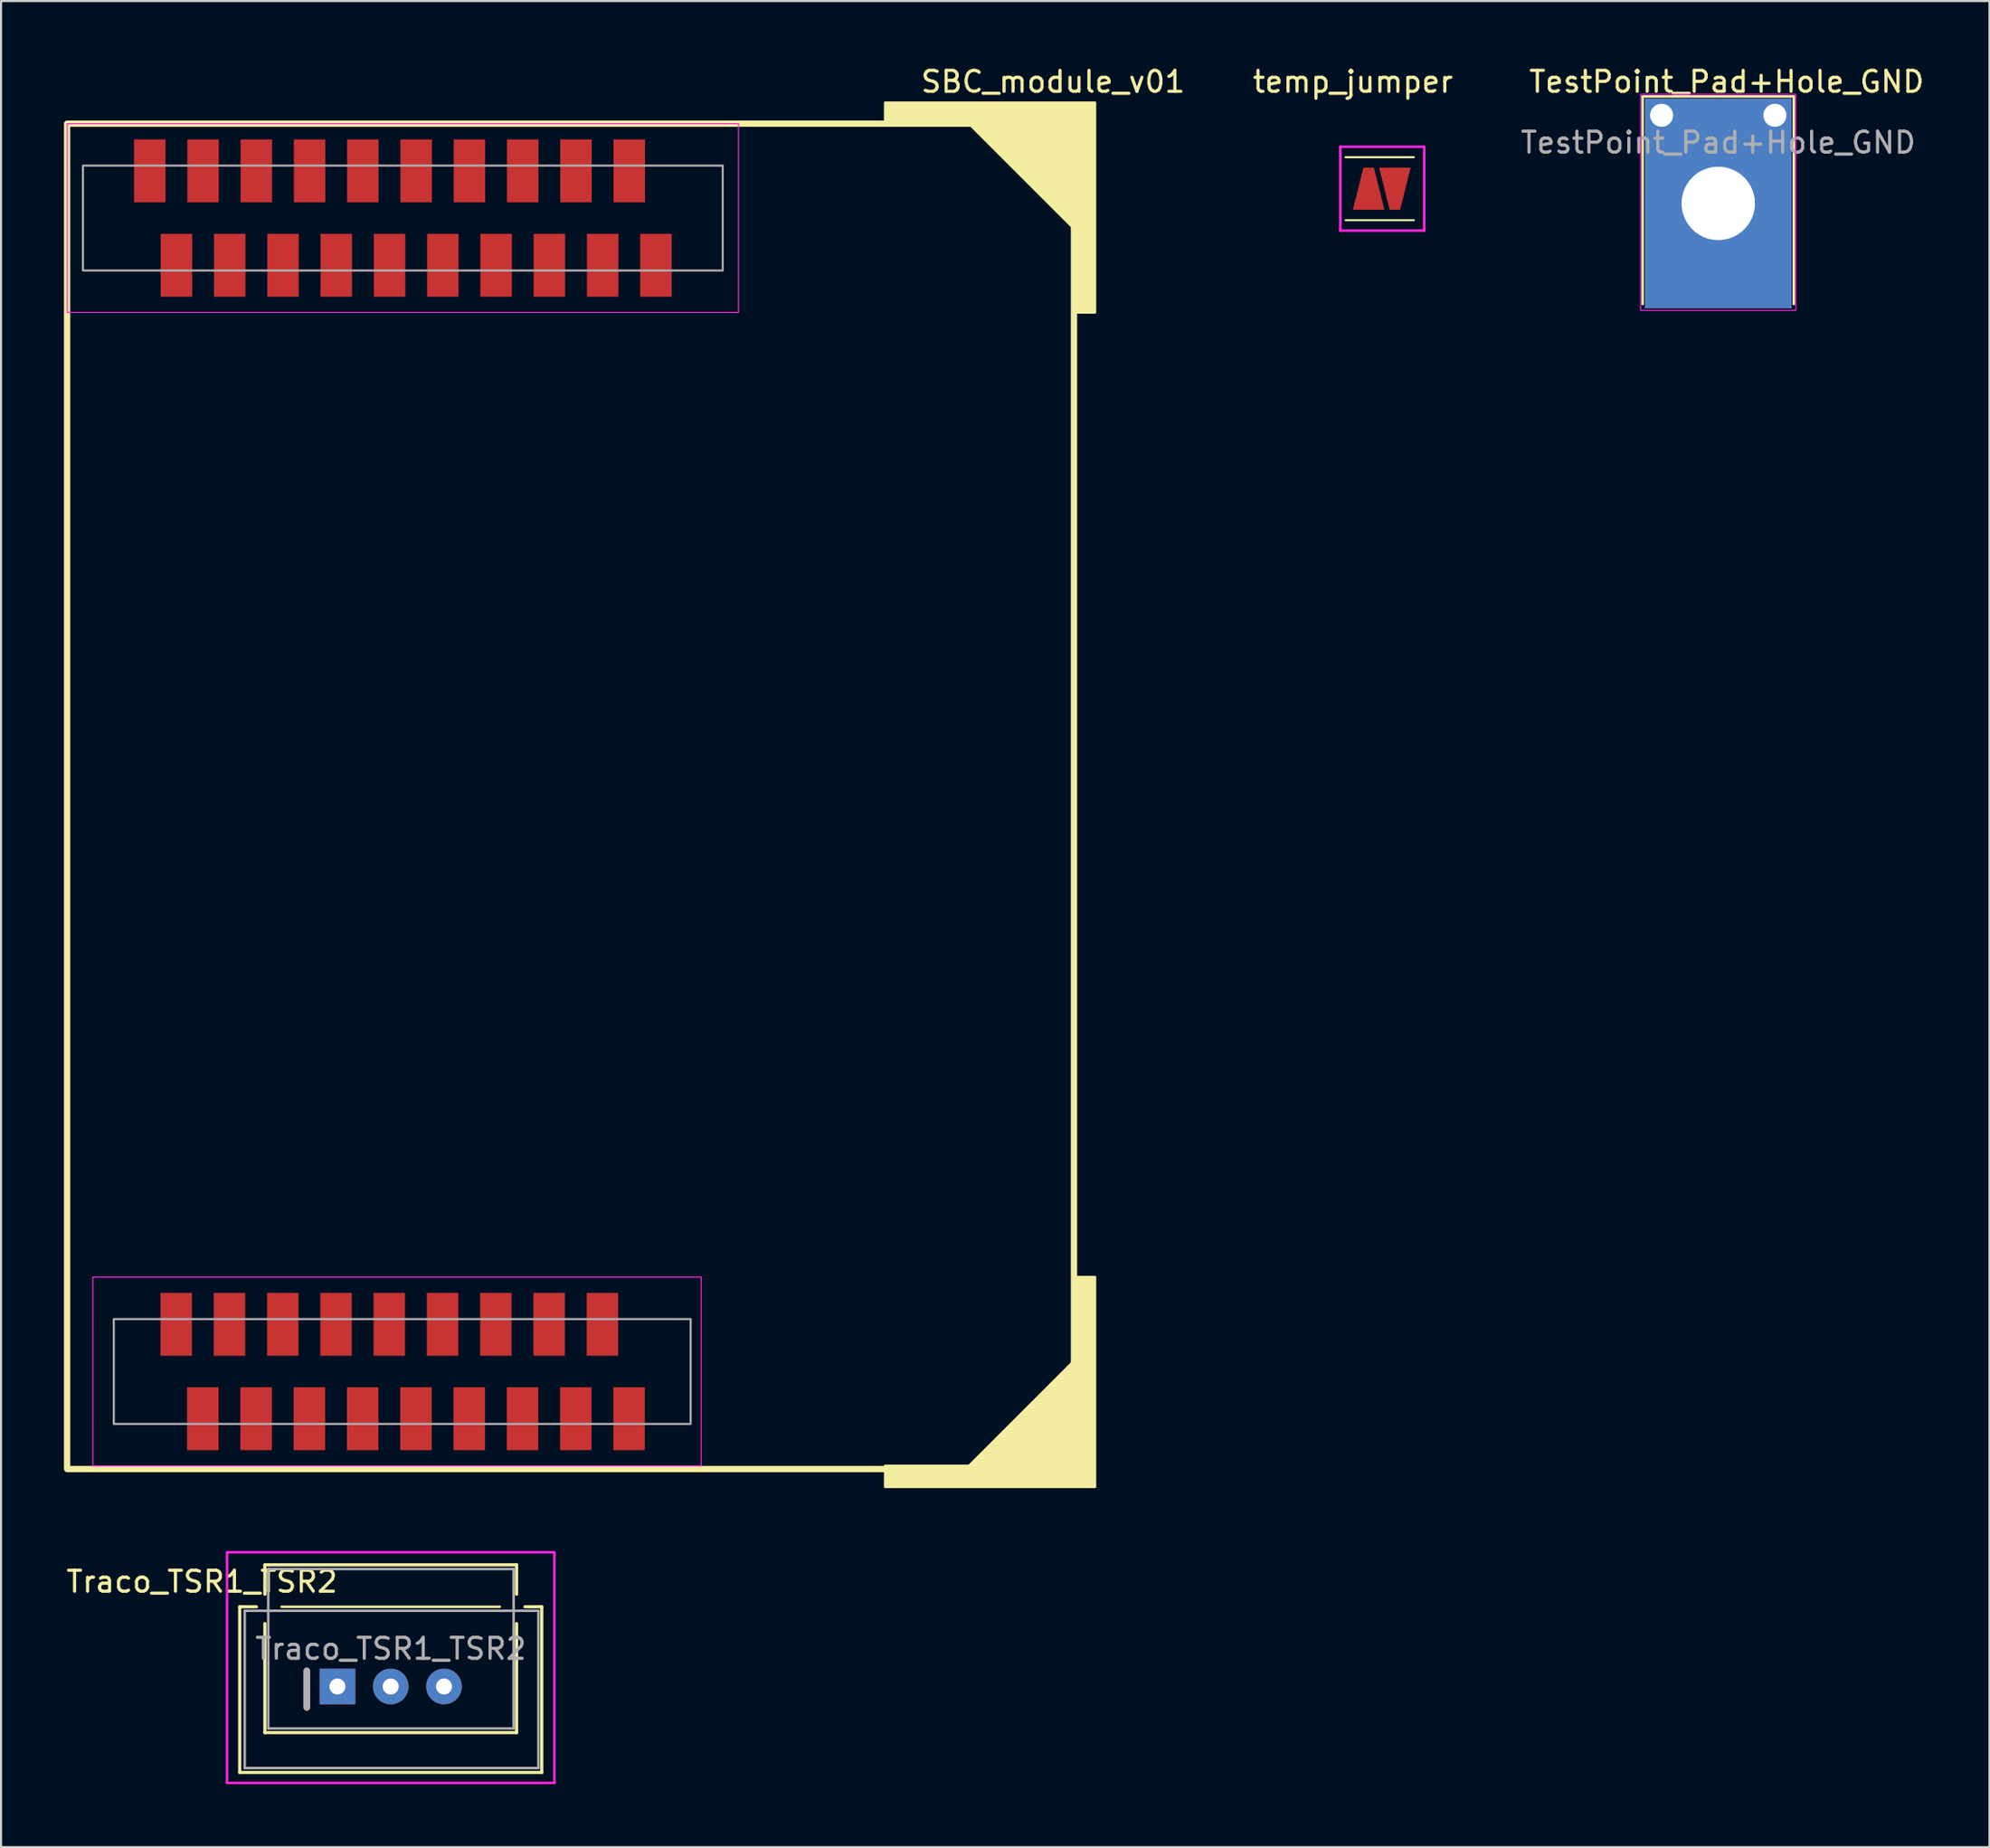
<source format=kicad_pcb>
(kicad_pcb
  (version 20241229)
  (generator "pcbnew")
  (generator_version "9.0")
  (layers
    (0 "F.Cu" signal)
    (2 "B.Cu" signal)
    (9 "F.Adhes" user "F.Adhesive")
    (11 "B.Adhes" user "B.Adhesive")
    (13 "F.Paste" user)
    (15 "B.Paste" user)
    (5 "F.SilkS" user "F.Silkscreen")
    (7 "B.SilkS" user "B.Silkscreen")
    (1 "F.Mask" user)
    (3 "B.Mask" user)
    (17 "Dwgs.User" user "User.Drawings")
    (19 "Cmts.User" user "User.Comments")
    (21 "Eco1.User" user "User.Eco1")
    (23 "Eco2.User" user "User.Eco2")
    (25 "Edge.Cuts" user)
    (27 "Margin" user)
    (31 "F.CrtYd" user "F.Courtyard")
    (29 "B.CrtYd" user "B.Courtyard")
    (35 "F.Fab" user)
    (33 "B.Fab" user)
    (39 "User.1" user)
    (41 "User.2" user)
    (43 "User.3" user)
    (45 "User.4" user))
  (footprint "temp_jumper"
    (layer "F.Cu")
    (at 62.848 5.948)
    (property "Reference" "temp_jumper" (at -1.4 -5.1 0) (layer "F.SilkS") (effects (font (size 1 1) (thickness 0.15))))
    (attr through_hole)
    (fp_line (start -1.75 -1.5) (end 1.5 -1.5) (stroke (width 0.1) (type solid)) (layer "F.SilkS"))
    (fp_line (start -1.75 1.5) (end 1.5 1.5) (stroke (width 0.1) (type solid)) (layer "F.SilkS"))
    (fp_line (start -2 -2) (end -2 2) (stroke (width 0.12) (type solid)) (layer "F.CrtYd"))
    (fp_line (start -2 2) (end 2 2) (stroke (width 0.12) (type solid)) (layer "F.CrtYd"))
    (fp_line (start 2 -2) (end -2 -2) (stroke (width 0.12) (type solid)) (layer "F.CrtYd"))
    (fp_line (start 2 2) (end 2 -2) (stroke (width 0.12) (type solid)) (layer "F.CrtYd"))
    (pad "1" smd trapezoid (at -0.65 0 180) (size 1 2) (rect_delta 0 -0.5) (layers "F.Cu" "F.Mask" "F.Paste"))
    (pad "2" smd trapezoid (at 0.6 0 180) (size 1 2) (rect_delta 0 0.5) (layers "F.Cu" "F.Mask" "F.Paste")))
  (footprint "SBC_module_v01"
    (layer "F.Cu")
    (at 24.15 34.848)
    (property "Reference" "SBC_module_v01" (at 23 -34 0) (unlocked yes) (layer "F.SilkS") (effects (font (size 1 1) (thickness 0.15))))
    (attr smd)
    (fp_rect (start -24 -18.15) (end -24 -18.15) (stroke (width 0.12) (type solid)) (fill no) (layer "F.SilkS"))
    (fp_rect (start 24 32.15) (end -24 -32) (stroke (width 0.3) (type solid)) (fill no) (layer "F.SilkS"))
    (fp_poly (pts (xy 15 33) (xy 15 32) (xy 19 32) (xy 24 27) (xy 24 23) (xy 25 23) (xy 25 33)) (stroke (width 0.12) (type solid)) (fill yes) (layer "F.SilkS"))
    (fp_poly (pts (xy 25 -23) (xy 24 -23) (xy 24 -27) (xy 19 -32) (xy 15 -32) (xy 15 -33) (xy 25 -33)) (stroke (width 0.12) (type solid)) (fill yes) (layer "F.SilkS"))
    (fp_rect (start -24 -32) (end 24 32) (stroke (width 0.12) (type solid)) (fill no) (layer "Eco1.User"))
    (fp_line (start -23.995 -32) (end -23.995 -23) (stroke (width 0.05) (type solid)) (layer "F.CrtYd"))
    (fp_line (start -23.995 -23) (end 8.005 -23) (stroke (width 0.05) (type solid)) (layer "F.CrtYd"))
    (fp_line (start -22.775 23) (end -22.775 32) (stroke (width 0.05) (type solid)) (layer "F.CrtYd"))
    (fp_line (start -22.775 32) (end 6.225 32) (stroke (width 0.05) (type solid)) (layer "F.CrtYd"))
    (fp_line (start 6.225 23) (end -22.775 23) (stroke (width 0.05) (type solid)) (layer "F.CrtYd"))
    (fp_line (start 6.225 32) (end 6.225 23) (stroke (width 0.05) (type solid)) (layer "F.CrtYd"))
    (fp_line (start 8.005 -32) (end -23.995 -32) (stroke (width 0.05) (type solid)) (layer "F.CrtYd"))
    (fp_line (start 8.005 -23) (end 8.005 -32) (stroke (width 0.05) (type solid)) (layer "F.CrtYd"))
    (fp_rect (start -23.245 -30) (end 7.255 -25) (stroke (width 0.1) (type solid)) (fill no) (layer "F.Fab"))
    (fp_rect (start -21.775 25) (end 5.725 30) (stroke (width 0.1) (type solid)) (fill no) (layer "F.Fab"))
    (pad "A1" smd rect (at 2.79 29.75) (size 1.5 3) (layers "F.Cu" "F.Mask" "F.Paste"))
    (pad "A2" smd rect (at 1.52 25.25) (size 1.5 3) (layers "F.Cu" "F.Mask" "F.Paste"))
    (pad "A3" smd rect (at 0.25 29.75) (size 1.5 3) (layers "F.Cu" "F.Mask" "F.Paste"))
    (pad "A4" smd rect (at -1.02 25.25) (size 1.5 3) (layers "F.Cu" "F.Mask" "F.Paste"))
    (pad "A5" smd rect (at -2.29 29.75) (size 1.5 3) (layers "F.Cu" "F.Mask" "F.Paste"))
    (pad "A6" smd rect (at -3.56 25.25) (size 1.5 3) (layers "F.Cu" "F.Mask" "F.Paste"))
    (pad "A7" smd rect (at -4.83 29.75) (size 1.5 3) (layers "F.Cu" "F.Mask" "F.Paste"))
    (pad "A8" smd rect (at -6.1 25.25) (size 1.5 3) (layers "F.Cu" "F.Mask" "F.Paste"))
    (pad "A9" smd rect (at -7.37 29.75) (size 1.5 3) (layers "F.Cu" "F.Mask" "F.Paste"))
    (pad "A10" smd rect (at -8.64 25.25) (size 1.5 3) (layers "F.Cu" "F.Mask" "F.Paste"))
    (pad "A11" smd rect (at -9.91 29.75) (size 1.5 3) (layers "F.Cu" "F.Mask" "F.Paste"))
    (pad "A12" smd rect (at -11.18 25.25) (size 1.5 3) (layers "F.Cu" "F.Mask" "F.Paste"))
    (pad "A13" smd rect (at -12.45 29.75) (size 1.5 3) (layers "F.Cu" "F.Mask" "F.Paste"))
    (pad "A14" smd rect (at -13.72 25.25) (size 1.5 3) (layers "F.Cu" "F.Mask" "F.Paste"))
    (pad "A15" smd rect (at -14.99 29.75) (size 1.5 3) (layers "F.Cu" "F.Mask" "F.Paste"))
    (pad "A16" smd rect (at -16.26 25.25) (size 1.5 3) (layers "F.Cu" "F.Mask" "F.Paste"))
    (pad "A17" smd rect (at -17.53 29.75) (size 1.5 3) (layers "F.Cu" "F.Mask" "F.Paste"))
    (pad "A18" smd rect (at -18.8 25.25) (size 1.5 3) (layers "F.Cu" "F.Mask" "F.Paste"))
    (pad "B1" smd rect (at 4.07 -25.25) (size 1.5 3) (layers "F.Cu" "F.Mask" "F.Paste"))
    (pad "B2" smd rect (at 2.8 -29.75) (size 1.5 3) (layers "F.Cu" "F.Mask" "F.Paste"))
    (pad "B3" smd rect (at 1.53 -25.25) (size 1.5 3) (layers "F.Cu" "F.Mask" "F.Paste"))
    (pad "B4" smd rect (at 0.26 -29.75) (size 1.5 3) (layers "F.Cu" "F.Mask" "F.Paste"))
    (pad "B5" smd rect (at -1.01 -25.25) (size 1.5 3) (layers "F.Cu" "F.Mask" "F.Paste"))
    (pad "B6" smd rect (at -2.28 -29.75) (size 1.5 3) (layers "F.Cu" "F.Mask" "F.Paste"))
    (pad "B7" smd rect (at -3.55 -25.25) (size 1.5 3) (layers "F.Cu" "F.Mask" "F.Paste"))
    (pad "B8" smd rect (at -4.82 -29.75) (size 1.5 3) (layers "F.Cu" "F.Mask" "F.Paste"))
    (pad "B9" smd rect (at -6.09 -25.25) (size 1.5 3) (layers "F.Cu" "F.Mask" "F.Paste"))
    (pad "B10" smd rect (at -7.36 -29.75) (size 1.5 3) (layers "F.Cu" "F.Mask" "F.Paste"))
    (pad "B11" smd rect (at -8.63 -25.25) (size 1.5 3) (layers "F.Cu" "F.Mask" "F.Paste"))
    (pad "B12" smd rect (at -9.9 -29.75) (size 1.5 3) (layers "F.Cu" "F.Mask" "F.Paste"))
    (pad "B13" smd rect (at -11.17 -25.25) (size 1.5 3) (layers "F.Cu" "F.Mask" "F.Paste"))
    (pad "B14" smd rect (at -12.44 -29.75) (size 1.5 3) (layers "F.Cu" "F.Mask" "F.Paste"))
    (pad "B15" smd rect (at -13.71 -25.25) (size 1.5 3) (layers "F.Cu" "F.Mask" "F.Paste"))
    (pad "B16" smd rect (at -14.98 -29.75) (size 1.5 3) (layers "F.Cu" "F.Mask" "F.Paste"))
    (pad "B17" smd rect (at -16.25 -25.25) (size 1.5 3) (layers "F.Cu" "F.Mask" "F.Paste"))
    (pad "B18" smd rect (at -17.52 -29.75) (size 1.5 3) (layers "F.Cu" "F.Mask" "F.Paste"))
    (pad "B19" smd rect (at -18.79 -25.25) (size 1.5 3) (layers "F.Cu" "F.Mask" "F.Paste"))
    (pad "B20" smd rect (at -20.06 -29.75) (size 1.5 3) (layers "F.Cu" "F.Mask" "F.Paste")))
  (footprint "Traco_TSR1_TSR2"
    (layer "F.Cu")
    (at 15.577 77.368)
    (property "Reference" "Traco_TSR1_TSR2" (at -9 -5 180) (layer "F.SilkS") (effects (font (size 1 1) (thickness 0.15))))
    (attr through_hole)
    (fp_line (start -7.2 -3.8) (end -6.4 -3.8) (stroke (width 0.15) (type solid)) (layer "F.SilkS"))
    (fp_line (start -7.2 4.1) (end -7.2 -3.8) (stroke (width 0.15) (type solid)) (layer "F.SilkS"))
    (fp_line (start -6 -5.8) (end 6 -5.8) (stroke (width 0.15) (type solid)) (layer "F.SilkS"))
    (fp_line (start -6 -4.4) (end -6 -5.8) (stroke (width 0.15) (type solid)) (layer "F.SilkS"))
    (fp_line (start -6 -3) (end -6 2.2) (stroke (width 0.15) (type solid)) (layer "F.SilkS"))
    (fp_line (start -6 2.2) (end 6 2.2) (stroke (width 0.15) (type solid)) (layer "F.SilkS"))
    (fp_line (start -4 1) (end -4 -0.75) (stroke (width 0.3) (type solid)) (layer "F.SilkS"))
    (fp_line (start 5.2 -3.8) (end -5.2 -3.8) (stroke (width 0.12) (type solid)) (layer "F.SilkS"))
    (fp_line (start 6 -5.8) (end 6 -4.4) (stroke (width 0.15) (type solid)) (layer "F.SilkS"))
    (fp_line (start 6 2.2) (end 6 -3) (stroke (width 0.15) (type solid)) (layer "F.SilkS"))
    (fp_line (start 6.4 -3.8) (end 7.2 -3.8) (stroke (width 0.15) (type solid)) (layer "F.SilkS"))
    (fp_line (start 7.2 -3.8) (end 7.2 4.1) (stroke (width 0.15) (type solid)) (layer "F.SilkS"))
    (fp_line (start 7.2 4.1) (end -7.2 4.1) (stroke (width 0.15) (type solid)) (layer "F.SilkS"))
    (fp_line (start -7.8 -6.4) (end -7.8 4.6) (stroke (width 0.12) (type solid)) (layer "F.CrtYd"))
    (fp_line (start -7.8 4.6) (end 7.8 4.6) (stroke (width 0.12) (type solid)) (layer "F.CrtYd"))
    (fp_line (start 7.8 -6.4) (end -7.8 -6.4) (stroke (width 0.12) (type solid)) (layer "F.CrtYd"))
    (fp_line (start 7.8 4.6) (end 7.8 -6.4) (stroke (width 0.12) (type solid)) (layer "F.CrtYd"))
    (fp_line (start -6.96 -3.61) (end -6.96 3.89) (stroke (width 0.12) (type solid)) (layer "F.Fab"))
    (fp_line (start -5.84 -5.6) (end -5.84 2) (stroke (width 0.12) (type solid)) (layer "F.Fab"))
    (fp_line (start -5.84 2) (end 5.86 2) (stroke (width 0.12) (type solid)) (layer "F.Fab"))
    (fp_line (start -4 1) (end -4 -0.75) (stroke (width 0.3) (type solid)) (layer "F.Fab"))
    (fp_line (start 5.86 -5.6) (end -5.84 -5.6) (stroke (width 0.12) (type solid)) (layer "F.Fab"))
    (fp_line (start 5.86 2) (end 5.86 -5.6) (stroke (width 0.12) (type solid)) (layer "F.Fab"))
    (fp_line (start 7.04 -3.61) (end -6.96 -3.61) (stroke (width 0.12) (type solid)) (layer "F.Fab"))
    (fp_line (start 7.04 -3.61) (end 7.04 3.89) (stroke (width 0.12) (type solid)) (layer "F.Fab"))
    (fp_line (start 7.04 3.89) (end -6.96 3.89) (stroke (width 0.12) (type solid)) (layer "F.Fab"))
    (fp_text user "${REFERENCE}" (at 0 -1.8 0) (layer "F.Fab") (effects (font (size 1 1) (thickness 0.15))))
    (pad "1" thru_hole rect (at -2.54 0) (size 1.7 1.7) (drill 0.762) (layers "*.Cu" "*.Mask"))
    (pad "2" thru_hole circle (at 0 0) (size 1.7 1.7) (drill 0.762) (layers "*.Cu" "*.Mask"))
    (pad "3" thru_hole circle (at 2.54 0) (size 1.7 1.7) (drill 0.762) (layers "*.Cu" "*.Mask")))
  (footprint "TestPoint_Pad+Hole_GND"
    (layer "F.Cu")
    (at 78.864 6.648)
    (property "Reference" "TestPoint_Pad+Hole_GND" (at 0.4 -5.8 0) (layer "F.SilkS") (effects (font (size 1 1) (thickness 0.15))))
    (attr exclude_from_pos_files exclude_from_bom)
    (fp_line (start -3.6 -5.1) (end 3.6 -5.1) (stroke (width 0.12) (type solid)) (layer "F.SilkS"))
    (fp_line (start -3.6 4.8) (end -3.6 -5.1) (stroke (width 0.12) (type solid)) (layer "F.SilkS"))
    (fp_line (start 3.6 -5.1) (end 3.6 4.8) (stroke (width 0.12) (type solid)) (layer "F.SilkS"))
    (fp_rect (start -3.7 -5.2) (end 3.7 5.1) (stroke (width 0.05) (type solid)) (fill no) (layer "F.CrtYd"))
    (fp_text user "${REFERENCE}" (at 0 -2.9 0) (layer "F.Fab") (effects (font (size 1 1) (thickness 0.15))))
    (pad "1" thru_hole circle (at -2.7 -4.2) (size 1.5 1.5) (drill 1.1) (layers "*.Cu" "*.Mask"))
    (pad "1" thru_hole circle (at 0 0) (size 7 7) (drill 3.5) (layers "*.Cu" "*.Mask"))
    (pad "1" smd rect (at 0 0) (size 7 10) (layers "F.Cu" "F.Mask"))
    (pad "1" smd rect (at 0 0) (size 7 10) (layers "B.Cu" "B.Mask"))
    (pad "1" thru_hole circle (at 2.7 -4.2) (size 1.5 1.5) (drill 1.1) (layers "*.Cu" "*.Mask")))
  (gr_rect
    (start -3 -3)
    (end 91.794 85.028)
    (stroke (width 0.1) (type default))
    (fill no)
    (layer "Edge.Cuts")))
</source>
